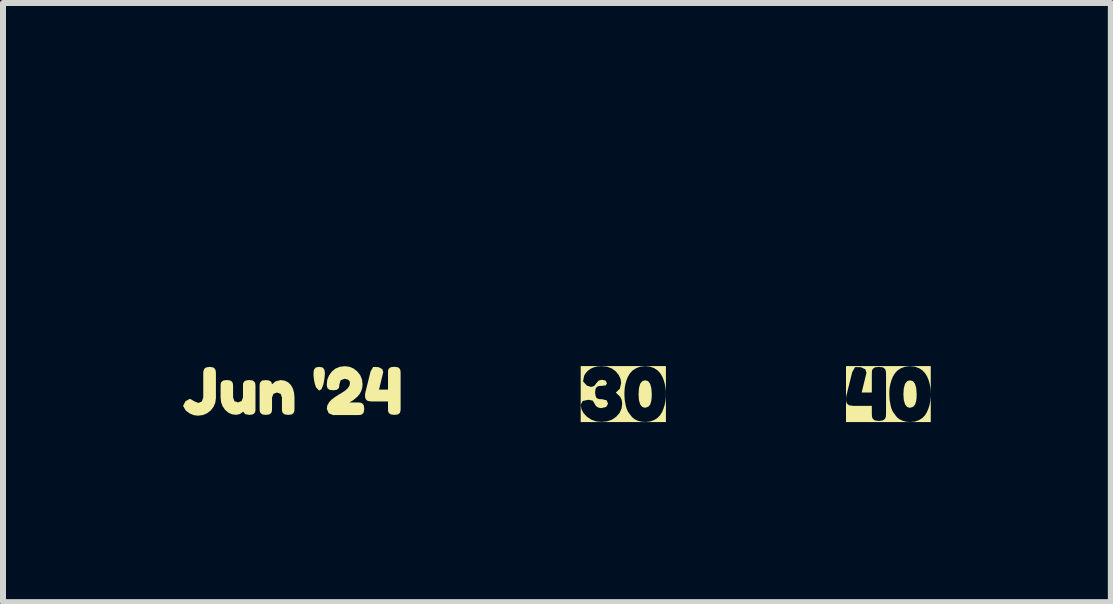
<source format=kicad_pcb>
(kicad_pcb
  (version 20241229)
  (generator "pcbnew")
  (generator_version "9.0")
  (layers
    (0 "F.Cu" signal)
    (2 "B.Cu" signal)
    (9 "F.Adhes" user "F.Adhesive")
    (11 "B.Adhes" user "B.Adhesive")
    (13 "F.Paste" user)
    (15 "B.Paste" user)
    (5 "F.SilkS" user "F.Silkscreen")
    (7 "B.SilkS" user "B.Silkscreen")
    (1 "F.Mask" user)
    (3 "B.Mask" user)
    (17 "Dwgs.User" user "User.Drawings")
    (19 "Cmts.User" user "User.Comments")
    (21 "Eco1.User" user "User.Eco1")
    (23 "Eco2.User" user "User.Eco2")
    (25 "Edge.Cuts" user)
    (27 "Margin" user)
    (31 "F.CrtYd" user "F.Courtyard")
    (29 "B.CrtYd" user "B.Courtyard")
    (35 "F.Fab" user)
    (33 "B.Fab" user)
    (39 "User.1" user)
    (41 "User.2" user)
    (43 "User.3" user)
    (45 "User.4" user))
  (footprint "kibuzzard-6695BF60"
    (layer "F.Cu")
    (at 7.334 3.515)
    (property "Reference" "kibuzzard-6695BF60" (at 0 -3.514 0) (layer "F.SilkS") (effects (font (size 0.001 0.001) (thickness 0.15))))
    (attr board_only exclude_from_pos_files exclude_from_bom)
    (fp_poly (pts (xy 0.363 0.229) (xy 0.417 0.211) (xy 0.449 0.172) (xy 0.466 0.114) (xy 0.473 0.057) (xy 0.474 0.006) (xy 0.474 -0.001) (xy 0.467 -0.101) (xy 0.446 -0.173) (xy 0.412 -0.216) (xy 0.364 -0.23) (xy 0.316 -0.215) (xy 0.281 -0.172) (xy 0.261 -0.1) (xy 0.254 0.001) (xy 0.26 0.1) (xy 0.281 0.172) (xy 0.315 0.214) (xy 0.363 0.229)) (stroke (width 0) (type solid)) (fill yes) (layer "F.SilkS"))
    (fp_poly (pts (xy -0.709 -0.466) (xy -0.71 -0.466) (xy -0.71 0.466) (xy -0.709 0.466) (xy -0.366 0.466) (xy -0.366 0.464) (xy -0.454 0.455) (xy -0.534 0.426) (xy -0.606 0.377) (xy -0.664 0.316) (xy -0.698 0.249) (xy -0.709 0.176) (xy -0.677 0.115) (xy -0.581 0.095) (xy -0.51 0.109) (xy -0.473 0.169) (xy -0.47 0.176) (xy -0.46 0.192) (xy -0.441 0.211) (xy -0.41 0.227) (xy -0.364 0.234) (xy -0.284 0.214) (xy -0.254 0.16) (xy -0.278 0.104) (xy -0.353 0.086) (xy -0.388 0.086) (xy -0.418 0.08) (xy -0.447 0.064) (xy -0.462 0.03) (xy -0.47 -0.026) (xy -0.462 -0.091) (xy -0.435 -0.124) (xy -0.402 -0.135) (xy -0.361 -0.137) (xy -0.352 -0.137) (xy -0.292 -0.145) (xy -0.273 -0.178) (xy -0.294 -0.223) (xy -0.353 -0.239) (xy -0.408 -0.226) (xy -0.445 -0.187) (xy -0.485 -0.134) (xy -0.539 -0.119) (xy -0.608 -0.142) (xy -0.671 -0.213) (xy -0.653 -0.302) (xy -0.651 -0.306) (xy -0.644 -0.321) (xy -0.631 -0.342) (xy -0.61 -0.368) (xy -0.582 -0.395) (xy -0.544 -0.422) (xy -0.496 -0.444) (xy -0.437 -0.46) (xy -0.366 -0.465) (xy -0.272 -0.456) (xy -0.192 -0.427) (xy -0.126 -0.378) (xy -0.076 -0.317) (xy -0.046 -0.253) (xy -0.036 -0.183) (xy -0.058 -0.089) (xy -0.125 -0.025) (xy -0.053 0.044) (xy -0.027 0.096) (xy -0.018 0.158) (xy -0.029 0.241) (xy -0.062 0.314) (xy -0.117 0.377) (xy -0.188 0.426) (xy -0.271 0.455) (xy -0.366 0.464) (xy -0.366 0.466) (xy 0.368 0.466) (xy 0.368 0.465) (xy 0.3 0.46) (xy 0.238 0.444) (xy 0.186 0.417) (xy 0.144 0.382) (xy 0.08 0.297) (xy 0.057 0.249) (xy 0.041 0.196) (xy 0.023 0.093) (xy 0.018 -0.001) (xy 0.02 -0.055) (xy 0.024 -0.109) (xy 0.035 -0.166) (xy 0.053 -0.23) (xy 0.079 -0.293) (xy 0.112 -0.347) (xy 0.155 -0.393) (xy 0.214 -0.431) (xy 0.285 -0.457) (xy 0.366 -0.465) (xy 0.445 -0.457) (xy 0.514 -0.432) (xy 0.571 -0.394) (xy 0.614 -0.349) (xy 0.647 -0.295) (xy 0.673 -0.233) (xy 0.691 -0.169) (xy 0.702 -0.111) (xy 0.708 -0.056) (xy 0.709 0.001) (xy 0.708 0.058) (xy 0.702 0.116) (xy 0.69 0.175) (xy 0.671 0.238) (xy 0.646 0.299) (xy 0.613 0.352) (xy 0.57 0.397) (xy 0.514 0.433) (xy 0.446 0.457) (xy 0.368 0.465) (xy 0.368 0.466) (xy 0.709 0.466) (xy 0.71 0.466) (xy 0.71 -0.466) (xy 0.709 -0.466) (xy -0.709 -0.466)) (stroke (width 0) (type solid)) (fill yes) (layer "F.SilkS")))
  (footprint "kibuzzard-6695BCB6"
    (layer "F.Cu")
    (at 1.812 3.462)
    (property "Reference" "kibuzzard-6695BCB6" (at 0 -3.461 0) (layer "F.SilkS") (effects (font (size 0.001 0.001) (thickness 0.15))))
    (attr board_only exclude_from_pos_files exclude_from_bom)
    (fp_poly (pts (xy 0.455 -0.004) (xy 0.402 -0.06) (xy 0.383 -0.118) (xy 0.37 -0.178) (xy 0.363 -0.236) (xy 0.361 -0.286) (xy 0.363 -0.327) (xy 0.373 -0.362) (xy 0.401 -0.391) (xy 0.456 -0.4) (xy 0.51 -0.391) (xy 0.538 -0.362) (xy 0.548 -0.327) (xy 0.55 -0.286) (xy 0.543 -0.2) (xy 0.524 -0.104) (xy 0.494 -0.029) (xy 0.455 -0.004)) (stroke (width 0) (type solid)) (fill yes) (layer "F.SilkS"))
    (fp_poly (pts (xy -1.564 0.413) (xy -1.636 0.404) (xy -1.702 0.376) (xy -1.762 0.331) (xy -1.772 0.321) (xy -1.812 0.25) (xy -1.772 0.172) (xy -1.698 0.131) (xy -1.622 0.175) (xy -1.558 0.201) (xy -1.499 0.176) (xy -1.476 0.11) (xy -1.476 -0.287) (xy -1.475 -0.319) (xy -1.468 -0.348) (xy -1.452 -0.375) (xy -1.42 -0.393) (xy -1.368 -0.4) (xy -1.31 -0.391) (xy -1.279 -0.365) (xy -1.268 -0.332) (xy -1.265 -0.294) (xy -1.265 0.118) (xy -1.275 0.196) (xy -1.304 0.265) (xy -1.352 0.327) (xy -1.414 0.374) (xy -1.485 0.403) (xy -1.564 0.413)) (stroke (width 0) (type solid)) (fill yes) (layer "F.SilkS"))
    (fp_poly (pts (xy 1.706 0.4) (xy 1.646 0.392) (xy 1.614 0.366) (xy 1.603 0.334) (xy 1.602 0.295) (xy 1.602 0.176) (xy 1.324 0.176) (xy 1.264 0.168) (xy 1.232 0.141) (xy 1.221 0.11) (xy 1.219 0.07) (xy 1.223 0.034) (xy 1.311 -0.322) (xy 1.354 -0.398) (xy 1.44 -0.397) (xy 1.507 -0.363) (xy 1.523 -0.313) (xy 1.452 -0.021) (xy 1.602 -0.021) (xy 1.602 -0.302) (xy 1.603 -0.339) (xy 1.614 -0.369) (xy 1.647 -0.394) (xy 1.708 -0.401) (xy 1.768 -0.393) (xy 1.799 -0.367) (xy 1.81 -0.335) (xy 1.812 -0.296) (xy 1.812 0.296) (xy 1.81 0.335) (xy 1.799 0.367) (xy 1.767 0.392) (xy 1.706 0.4)) (stroke (width 0) (type solid)) (fill yes) (layer "F.SilkS"))
    (fp_poly (pts (xy -0.928 0.399) (xy -0.998 0.39) (xy -1.059 0.362) (xy -1.113 0.315) (xy -1.154 0.255) (xy -1.179 0.187) (xy -1.187 0.109) (xy -1.187 -0.077) (xy -1.186 -0.117) (xy -1.175 -0.148) (xy -1.143 -0.173) (xy -1.083 -0.181) (xy -1.024 -0.173) (xy -0.992 -0.147) (xy -0.981 -0.116) (xy -0.979 -0.076) (xy -0.979 0.109) (xy -0.957 0.17) (xy -0.897 0.192) (xy -0.837 0.169) (xy -0.814 0.109) (xy -0.814 -0.078) (xy -0.813 -0.117) (xy -0.802 -0.148) (xy -0.77 -0.173) (xy -0.71 -0.181) (xy -0.651 -0.173) (xy -0.619 -0.147) (xy -0.608 -0.116) (xy -0.606 -0.077) (xy -0.606 0.299) (xy -0.607 0.33) (xy -0.613 0.356) (xy -0.629 0.379) (xy -0.66 0.394) (xy -0.71 0.4) (xy -0.779 0.387) (xy -0.81 0.346) (xy -0.866 0.386) (xy -0.928 0.399)) (stroke (width 0) (type solid)) (fill yes) (layer "F.SilkS"))
    (fp_poly (pts (xy -0.537 0.296) (xy -0.537 -0.081) (xy -0.535 -0.118) (xy -0.524 -0.148) (xy -0.493 -0.173) (xy -0.433 -0.18) (xy -0.379 -0.173) (xy -0.348 -0.155) (xy -0.336 -0.133) (xy -0.332 -0.109) (xy -0.271 -0.159) (xy -0.188 -0.18) (xy -0.12 -0.171) (xy -0.063 -0.144) (xy -0.017 -0.099) (xy 0.017 -0.04) (xy 0.037 0.03) (xy 0.044 0.109) (xy 0.044 0.297) (xy 0.042 0.335) (xy 0.031 0.366) (xy 0 0.392) (xy -0.06 0.4) (xy -0.121 0.392) (xy -0.153 0.366) (xy -0.164 0.334) (xy -0.165 0.296) (xy -0.165 0.109) (xy -0.187 0.049) (xy -0.247 0.027) (xy -0.307 0.049) (xy -0.33 0.109) (xy -0.33 0.297) (xy -0.332 0.335) (xy -0.343 0.366) (xy -0.375 0.392) (xy -0.434 0.4) (xy -0.493 0.392) (xy -0.525 0.366) (xy -0.536 0.335) (xy -0.537 0.296)) (stroke (width 0) (type solid)) (fill yes) (layer "F.SilkS"))
    (fp_poly (pts (xy 0.686 0.403) (xy 0.613 0.372) (xy 0.582 0.297) (xy 0.592 0.239) (xy 0.623 0.186) (xy 0.663 0.145) (xy 0.718 0.103) (xy 0.779 0.064) (xy 0.834 0.031) (xy 0.883 -0.001) (xy 0.927 -0.039) (xy 0.958 -0.082) (xy 0.968 -0.126) (xy 0.964 -0.157) (xy 0.938 -0.187) (xy 0.881 -0.202) (xy 0.814 -0.178) (xy 0.791 -0.107) (xy 0.79 -0.07) (xy 0.779 -0.041) (xy 0.747 -0.017) (xy 0.686 -0.01) (xy 0.627 -0.018) (xy 0.595 -0.044) (xy 0.584 -0.076) (xy 0.582 -0.115) (xy 0.591 -0.188) (xy 0.619 -0.256) (xy 0.664 -0.32) (xy 0.725 -0.371) (xy 0.797 -0.401) (xy 0.88 -0.411) (xy 0.959 -0.402) (xy 1.029 -0.372) (xy 1.091 -0.323) (xy 1.14 -0.26) (xy 1.169 -0.189) (xy 1.178 -0.109) (xy 1.173 -0.052) (xy 1.156 0.003) (xy 1.13 0.052) (xy 1.097 0.092) (xy 1.027 0.152) (xy 0.959 0.193) (xy 1.102 0.193) (xy 1.141 0.195) (xy 1.172 0.207) (xy 1.198 0.239) (xy 1.206 0.299) (xy 1.198 0.358) (xy 1.171 0.39) (xy 1.139 0.401) (xy 1.099 0.403) (xy 0.686 0.403)) (stroke (width 0) (type solid)) (fill yes) (layer "F.SilkS")))
  (footprint "kibuzzard-6695BFEA"
    (layer "F.Cu")
    (at 11.75 3.515)
    (property "Reference" "kibuzzard-6695BFEA" (at 0 -3.514 0) (layer "F.SilkS") (effects (font (size 0.001 0.001) (thickness 0.15))))
    (attr board_only exclude_from_pos_files exclude_from_bom)
    (fp_poly (pts (xy 0.36 0.229) (xy 0.413 0.212) (xy 0.446 0.173) (xy 0.463 0.115) (xy 0.47 0.058) (xy 0.471 0.006) (xy 0.471 0) (xy 0.464 -0.1) (xy 0.443 -0.172) (xy 0.409 -0.215) (xy 0.361 -0.229) (xy 0.313 -0.215) (xy 0.278 -0.172) (xy 0.257 -0.1) (xy 0.25 0.001) (xy 0.257 0.101) (xy 0.278 0.172) (xy 0.312 0.215) (xy 0.36 0.229)) (stroke (width 0) (type solid)) (fill yes) (layer "F.SilkS"))
    (fp_poly (pts (xy -0.706 -0.466) (xy -0.706 -0.466) (xy -0.706 0.466) (xy -0.706 0.466) (xy -0.159 0.466) (xy -0.159 0.448) (xy -0.226 0.439) (xy -0.262 0.409) (xy -0.274 0.374) (xy -0.276 0.33) (xy -0.276 0.196) (xy -0.589 0.196) (xy -0.656 0.187) (xy -0.692 0.157) (xy -0.704 0.122) (xy -0.706 0.077) (xy -0.702 0.036) (xy -0.603 -0.364) (xy -0.555 -0.449) (xy -0.458 -0.448) (xy -0.383 -0.411) (xy -0.365 -0.354) (xy -0.445 -0.026) (xy -0.276 -0.026) (xy -0.276 -0.341) (xy -0.274 -0.384) (xy -0.262 -0.417) (xy -0.225 -0.445) (xy -0.156 -0.453) (xy -0.089 -0.444) (xy -0.054 -0.415) (xy -0.042 -0.379) (xy -0.039 -0.335) (xy -0.039 0.331) (xy -0.042 0.375) (xy -0.055 0.411) (xy -0.091 0.439) (xy -0.159 0.448) (xy -0.159 0.466) (xy 0.365 0.466) (xy 0.365 0.466) (xy 0.296 0.461) (xy 0.235 0.444) (xy 0.182 0.418) (xy 0.14 0.383) (xy 0.077 0.298) (xy 0.054 0.25) (xy 0.038 0.196) (xy 0.02 0.094) (xy 0.015 0) (xy 0.016 -0.054) (xy 0.021 -0.108) (xy 0.032 -0.165) (xy 0.05 -0.229) (xy 0.076 -0.292) (xy 0.109 -0.346) (xy 0.152 -0.393) (xy 0.211 -0.431) (xy 0.281 -0.456) (xy 0.362 -0.465) (xy 0.441 -0.456) (xy 0.511 -0.431) (xy 0.568 -0.394) (xy 0.611 -0.348) (xy 0.644 -0.295) (xy 0.67 -0.232) (xy 0.688 -0.169) (xy 0.699 -0.111) (xy 0.704 -0.055) (xy 0.706 0.001) (xy 0.704 0.059) (xy 0.698 0.117) (xy 0.687 0.176) (xy 0.668 0.239) (xy 0.642 0.3) (xy 0.61 0.353) (xy 0.567 0.398) (xy 0.511 0.434) (xy 0.443 0.458) (xy 0.365 0.466) (xy 0.365 0.466) (xy 0.706 0.466) (xy 0.706 0.466) (xy 0.706 -0.466) (xy 0.706 -0.466) (xy -0.706 -0.466)) (stroke (width 0) (type solid)) (fill yes) (layer "F.SilkS")))
  (gr_rect
    (start -3 -3)
    (end 15.456 6.981)
    (stroke (width 0.1) (type default))
    (fill no)
    (layer "Edge.Cuts")))
</source>
